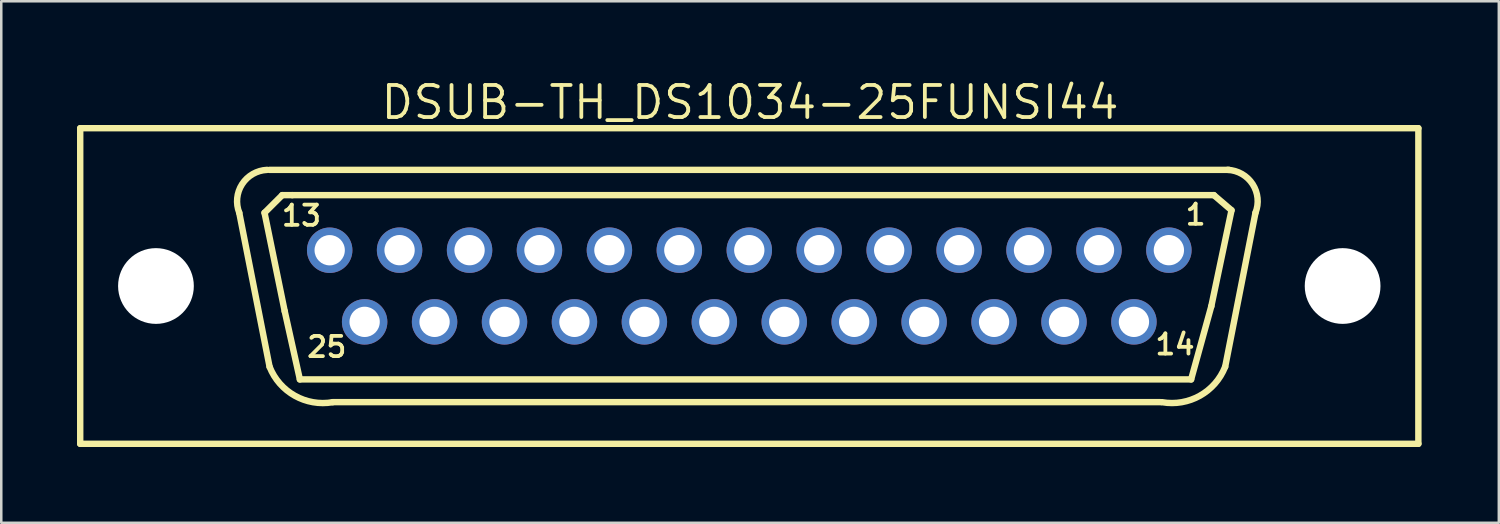
<source format=kicad_pcb>
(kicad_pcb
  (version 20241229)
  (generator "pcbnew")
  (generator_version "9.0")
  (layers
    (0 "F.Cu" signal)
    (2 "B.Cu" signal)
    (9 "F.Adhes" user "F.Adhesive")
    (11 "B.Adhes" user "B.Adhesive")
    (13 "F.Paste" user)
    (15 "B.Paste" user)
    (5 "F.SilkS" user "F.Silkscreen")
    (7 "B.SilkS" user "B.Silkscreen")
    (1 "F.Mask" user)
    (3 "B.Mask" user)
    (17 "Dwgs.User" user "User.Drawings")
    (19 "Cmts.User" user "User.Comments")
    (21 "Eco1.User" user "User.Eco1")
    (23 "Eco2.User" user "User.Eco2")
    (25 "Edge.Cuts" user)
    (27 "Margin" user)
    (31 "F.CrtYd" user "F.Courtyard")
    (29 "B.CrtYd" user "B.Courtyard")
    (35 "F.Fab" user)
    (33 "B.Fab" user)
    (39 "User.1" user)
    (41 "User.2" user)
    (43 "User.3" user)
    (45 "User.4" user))
  (footprint "DSUB-TH_DS1034-25FUNSI44"
    (layer "F.Cu")
    (at 26.627 8.278)
    (property "Reference" "DSUB-TH_DS1034-25FUNSI44" (at 0.03 -7.272 0) (layer "F.SilkS") (effects (font (size 1.27 1.27) (thickness 0.15))))
    (fp_line (start -26.5 6.25) (end -26.5 -6.25) (stroke (width 0.254) (type default)) (layer "F.SilkS"))
    (fp_line (start -26.5 6.25) (end 26.5 6.25) (stroke (width 0.254) (type default)) (layer "F.SilkS"))
    (fp_line (start -19.2 -2.901) (end -18.499 -3.599) (stroke (width 0.254) (type default)) (layer "F.SilkS"))
    (fp_line (start -19 3.2) (end -20.201 -2.901) (stroke (width 0.254) (type default)) (layer "F.SilkS"))
    (fp_line (start -18.499 -3.599) (end -18.1 -3.599) (stroke (width 0.254) (type default)) (layer "F.SilkS"))
    (fp_line (start -18.4 1) (end -19.2 -2.901) (stroke (width 0.254) (type default)) (layer "F.SilkS"))
    (fp_line (start -18.1 -3.599) (end 18.4 -3.6) (stroke (width 0.254) (type default)) (layer "F.SilkS"))
    (fp_line (start -17.8 3.7) (end -18.4 1) (stroke (width 0.254) (type default)) (layer "F.SilkS"))
    (fp_line (start 16.3 4.6) (end -16.5 4.6) (stroke (width 0.254) (type default)) (layer "F.SilkS"))
    (fp_line (start 17.5 3.7) (end -17.8 3.7) (stroke (width 0.254) (type default)) (layer "F.SilkS"))
    (fp_line (start 18.3 0.8) (end 17.5 3.7) (stroke (width 0.254) (type default)) (layer "F.SilkS"))
    (fp_line (start 18.4 -3.6) (end 19.1 -3) (stroke (width 0.254) (type default)) (layer "F.SilkS"))
    (fp_line (start 18.849 3.199) (end 20.049 -2.901) (stroke (width 0.254) (type default)) (layer "F.SilkS"))
    (fp_line (start 19 -4.6) (end -19 -4.6) (stroke (width 0.254) (type default)) (layer "F.SilkS"))
    (fp_line (start 19.1 -3) (end 18.3 0.8) (stroke (width 0.254) (type default)) (layer "F.SilkS"))
    (fp_line (start 26.5 -6.25) (end -26.5 -6.25) (stroke (width 0.254) (type default)) (layer "F.SilkS"))
    (fp_line (start 26.5 -6.25) (end 26.5 6.25) (stroke (width 0.254) (type default)) (layer "F.SilkS"))
    (fp_arc (start -20.1999 -2.8999) (mid -20.088225 -4.033504) (end -19.1 -4.5999) (stroke (width 0.254) (type default)) (layer "F.SilkS"))
    (fp_arc (start -16.4978 4.6015) (mid -17.997446 4.347136) (end -18.9979 3.2014) (stroke (width 0.254) (type default)) (layer "F.SilkS"))
    (fp_arc (start 18.8467 3.2009) (mid 17.846209 4.346526) (end 16.3466 4.6009) (stroke (width 0.254) (type default)) (layer "F.SilkS"))
    (fp_arc (start 18.9489 -4.6005) (mid 19.937002 -4.033988) (end 20.0487 -2.9005) (stroke (width 0.254) (type default)) (layer "F.SilkS"))
    (fp_circle (center -23.5 0) (end -22.8 0) (stroke (width 1.4) (type default)) (fill no) (layer "User.4"))
    (fp_circle (center -16.619 -1.417) (end -16.369 -1.417) (stroke (width 0.5) (type default)) (fill no) (layer "User.4"))
    (fp_circle (center -15.235 1.42) (end -14.985 1.42) (stroke (width 0.5) (type default)) (fill no) (layer "User.4"))
    (fp_circle (center -13.851 -1.42) (end -13.601 -1.42) (stroke (width 0.5) (type default)) (fill no) (layer "User.4"))
    (fp_circle (center -12.465 1.42) (end -12.215 1.42) (stroke (width 0.5) (type default)) (fill no) (layer "User.4"))
    (fp_circle (center -11.079 -1.42) (end -10.83 -1.42) (stroke (width 0.5) (type default)) (fill no) (layer "User.4"))
    (fp_circle (center -9.695 1.42) (end -9.445 1.42) (stroke (width 0.5) (type default)) (fill no) (layer "User.4"))
    (fp_circle (center -8.311 -1.42) (end -8.061 -1.42) (stroke (width 0.5) (type default)) (fill no) (layer "User.4"))
    (fp_circle (center -6.925 1.42) (end -6.675 1.42) (stroke (width 0.5) (type default)) (fill no) (layer "User.4"))
    (fp_circle (center -5.54 -1.42) (end -5.29 -1.42) (stroke (width 0.5) (type default)) (fill no) (layer "User.4"))
    (fp_circle (center -4.155 1.42) (end -3.905 1.42) (stroke (width 0.5) (type default)) (fill no) (layer "User.4"))
    (fp_circle (center -2.771 -1.42) (end -2.521 -1.42) (stroke (width 0.5) (type default)) (fill no) (layer "User.4"))
    (fp_circle (center -1.385 1.42) (end -1.135 1.42) (stroke (width 0.5) (type default)) (fill no) (layer "User.4"))
    (fp_circle (center 0 -1.42) (end 0.25 -1.42) (stroke (width 0.5) (type default)) (fill no) (layer "User.4"))
    (fp_circle (center 1.385 1.42) (end 1.635 1.42) (stroke (width 0.5) (type default)) (fill no) (layer "User.4"))
    (fp_circle (center 2.769 -1.42) (end 3.018 -1.42) (stroke (width 0.5) (type default)) (fill no) (layer "User.4"))
    (fp_circle (center 4.155 1.42) (end 4.405 1.42) (stroke (width 0.5) (type default)) (fill no) (layer "User.4"))
    (fp_circle (center 5.54 -1.42) (end 5.79 -1.42) (stroke (width 0.5) (type default)) (fill no) (layer "User.4"))
    (fp_circle (center 6.925 1.42) (end 7.175 1.42) (stroke (width 0.5) (type default)) (fill no) (layer "User.4"))
    (fp_circle (center 8.311 -1.42) (end 8.561 -1.42) (stroke (width 0.5) (type default)) (fill no) (layer "User.4"))
    (fp_circle (center 9.695 1.42) (end 9.945 1.42) (stroke (width 0.5) (type default)) (fill no) (layer "User.4"))
    (fp_circle (center 11.079 -1.42) (end 11.329 -1.42) (stroke (width 0.5) (type default)) (fill no) (layer "User.4"))
    (fp_circle (center 12.465 1.42) (end 12.715 1.42) (stroke (width 0.5) (type default)) (fill no) (layer "User.4"))
    (fp_circle (center 13.851 -1.42) (end 14.101 -1.42) (stroke (width 0.5) (type default)) (fill no) (layer "User.4"))
    (fp_circle (center 15.235 1.42) (end 15.485 1.42) (stroke (width 0.5) (type default)) (fill no) (layer "User.4"))
    (fp_circle (center 16.619 -1.42) (end 16.869 -1.42) (stroke (width 0.5) (type default)) (fill no) (layer "User.4"))
    (fp_circle (center 23.5 0) (end 24.2 0) (stroke (width 1.4) (type default)) (fill no) (layer "User.4"))
    (fp_circle (center 26.627 -6.377) (end 26.657 -6.377) (stroke (width 0.06) (type default)) (fill no) (layer "User.5"))
    (fp_text user "25" (at -17.595 1.946 0) (unlocked yes) (layer "F.SilkS") (effects (font (size 0.8 0.8) (thickness 0.15)) (justify left top)))
    (fp_text user "14" (at 16 1.846 0) (unlocked yes) (layer "F.SilkS") (effects (font (size 0.8 0.8) (thickness 0.15)) (justify left top)))
    (fp_text user "1" (at 17.198 -3.294 0) (unlocked yes) (layer "F.SilkS") (effects (font (size 0.8 0.8) (thickness 0.15)) (justify left top)))
    (fp_text user "13" (at -18.6 -3.254 0) (unlocked yes) (layer "F.SilkS") (effects (font (size 0.8 0.8) (thickness 0.15)) (justify left top)))
    (pad "" np_thru_hole circle (at -23.5 0) (size 3 3) (drill 3) (layers "*.Cu" "*.Mask"))
    (pad "" np_thru_hole circle (at 23.5 0) (size 3 3) (drill 3) (layers "*.Cu" "*.Mask"))
    (pad "1" thru_hole oval (at 16.619 -1.42) (size 1.8 1.8) (drill 1.2) (layers "*.Cu" "*.Mask"))
    (pad "2" thru_hole oval (at 13.851 -1.42) (size 1.8 1.8) (drill 1.2) (layers "*.Cu" "*.Mask"))
    (pad "3" thru_hole oval (at 11.079 -1.42) (size 1.8 1.8) (drill 1.2) (layers "*.Cu" "*.Mask"))
    (pad "4" thru_hole oval (at 8.311 -1.42) (size 1.8 1.8) (drill 1.2) (layers "*.Cu" "*.Mask"))
    (pad "5" thru_hole oval (at 5.54 -1.42) (size 1.8 1.8) (drill 1.2) (layers "*.Cu" "*.Mask"))
    (pad "6" thru_hole oval (at 2.769 -1.42) (size 1.8 1.8) (drill 1.2) (layers "*.Cu" "*.Mask"))
    (pad "7" thru_hole oval (at 0 -1.42) (size 1.8 1.8) (drill 1.2) (layers "*.Cu" "*.Mask"))
    (pad "8" thru_hole oval (at -2.771 -1.42) (size 1.8 1.8) (drill 1.2) (layers "*.Cu" "*.Mask"))
    (pad "9" thru_hole oval (at -5.54 -1.42) (size 1.8 1.8) (drill 1.2) (layers "*.Cu" "*.Mask"))
    (pad "10" thru_hole oval (at -8.311 -1.42) (size 1.8 1.8) (drill 1.2) (layers "*.Cu" "*.Mask"))
    (pad "11" thru_hole oval (at -11.079 -1.42) (size 1.8 1.8) (drill 1.2) (layers "*.Cu" "*.Mask"))
    (pad "12" thru_hole oval (at -13.851 -1.42) (size 1.8 1.8) (drill 1.2) (layers "*.Cu" "*.Mask"))
    (pad "13" thru_hole oval (at -16.619 -1.417) (size 1.8 1.8) (drill 1.2) (layers "*.Cu" "*.Mask"))
    (pad "14" thru_hole oval (at 15.235 1.42 180) (size 1.8 1.8) (drill 1.2) (layers "*.Cu" "*.Mask"))
    (pad "15" thru_hole oval (at 12.465 1.42 180) (size 1.8 1.8) (drill 1.2) (layers "*.Cu" "*.Mask"))
    (pad "16" thru_hole oval (at 9.695 1.42 180) (size 1.8 1.8) (drill 1.2) (layers "*.Cu" "*.Mask"))
    (pad "17" thru_hole oval (at 6.925 1.42 180) (size 1.8 1.8) (drill 1.2) (layers "*.Cu" "*.Mask"))
    (pad "18" thru_hole oval (at 4.155 1.42 180) (size 1.8 1.8) (drill 1.2) (layers "*.Cu" "*.Mask"))
    (pad "19" thru_hole oval (at 1.385 1.42 180) (size 1.8 1.8) (drill 1.2) (layers "*.Cu" "*.Mask"))
    (pad "20" thru_hole oval (at -1.385 1.42 180) (size 1.8 1.8) (drill 1.2) (layers "*.Cu" "*.Mask"))
    (pad "21" thru_hole oval (at -4.155 1.42 180) (size 1.8 1.8) (drill 1.2) (layers "*.Cu" "*.Mask"))
    (pad "22" thru_hole oval (at -6.925 1.42 180) (size 1.8 1.8) (drill 1.2) (layers "*.Cu" "*.Mask"))
    (pad "23" thru_hole oval (at -9.695 1.42 180) (size 1.8 1.8) (drill 1.2) (layers "*.Cu" "*.Mask"))
    (pad "24" thru_hole oval (at -12.465 1.42 180) (size 1.8 1.8) (drill 1.2) (layers "*.Cu" "*.Mask"))
    (pad "25" thru_hole oval (at -15.235 1.42 180) (size 1.8 1.8) (drill 1.2) (layers "*.Cu" "*.Mask"))
    (zone (net_name "") (layer "User.3") (hatch edge 0.5) (priority 100) (connect_pads yes) (min_thickness 0) (filled_areas_thickness no) (fill yes) (polygon (pts (xy 0 1.901) (xy 53.254 1.901) (xy 53.254 14.655) (xy 0 14.655))) (filled_polygon (layer "User.3") (island) (pts (xy 0 1.901) (xy 53.254 1.901) (xy 53.254 14.655) (xy 0 14.655)))))
  (gr_rect
    (start -3 -3)
    (end 56.314 17.655)
    (stroke (width 0.1) (type default))
    (fill no)
    (layer "Edge.Cuts")))
</source>
